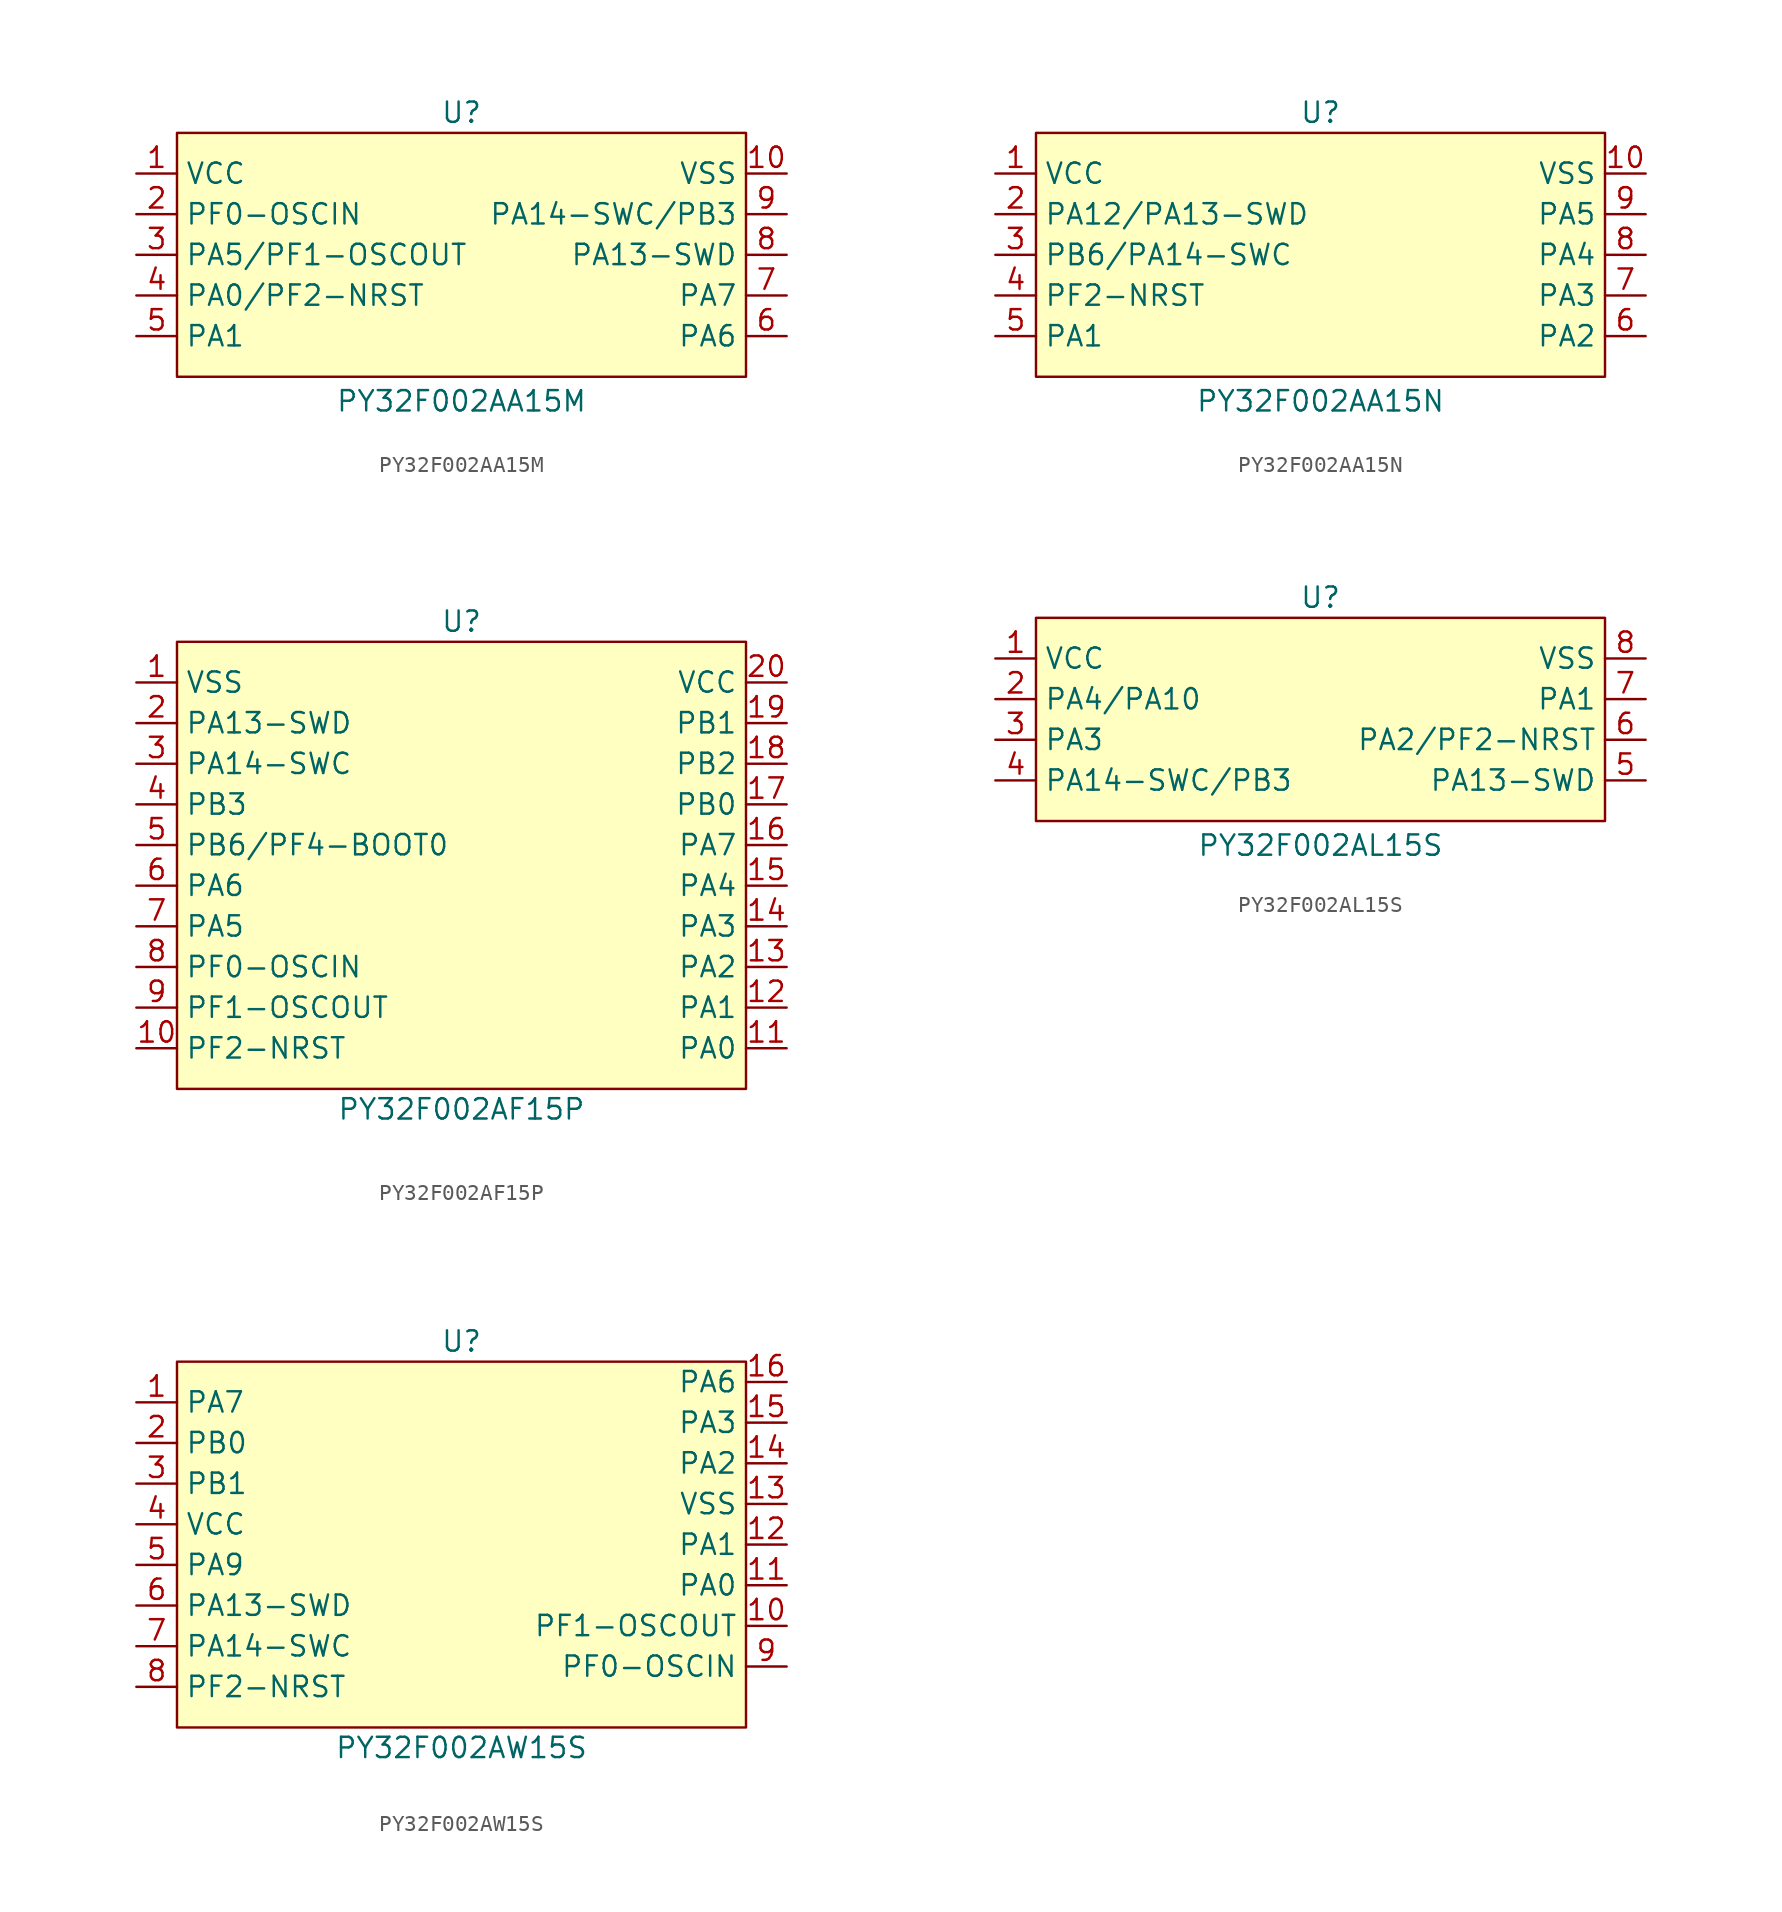
<source format=kicad_sym>
(kicad_symbol_lib
  (version 20241209)
  (generator "kicad_symbol_editor")
  (generator_version "9.0")
  (symbol "PY32F002AA15M"
    (property "Reference" "U"
      (at 0 8.89 0)
      (effects (font (size 1.27 1.27))))
    (property "Value" "PY32F002AA15M"
      (at 0 -9.144 0)
      (effects (font (size 1.27 1.27))))
    (symbol "PY32F002AA15M_0_0"
      (pin bidirectional line (at -20.32 5.08 0) (length 2.54) (name "VCC" (effects (font (size 1.27 1.27)))) (number "1" (effects (font (size 1.27 1.27)))))
      (pin bidirectional line (at -20.32 2.54 0) (length 2.54) (name "PF0-OSCIN" (effects (font (size 1.27 1.27)))) (number "2" (effects (font (size 1.27 1.27)))))
      (pin bidirectional line (at -20.32 0 0) (length 2.54) (name "PA5/PF1-OSCOUT" (effects (font (size 1.27 1.27)))) (number "3" (effects (font (size 1.27 1.27)))))
      (pin bidirectional line (at -20.32 -2.54 0) (length 2.54) (name "PA0/PF2-NRST" (effects (font (size 1.27 1.27)))) (number "4" (effects (font (size 1.27 1.27)))))
      (pin bidirectional line (at -20.32 -5.08 0) (length 2.54) (name "PA1" (effects (font (size 1.27 1.27)))) (number "5" (effects (font (size 1.27 1.27)))))
      (pin bidirectional line (at 20.32 2.54 180) (length 2.54) (name "PA14-SWC/PB3" (effects (font (size 1.27 1.27)))) (number "9" (effects (font (size 1.27 1.27)))))
      (pin bidirectional line (at 20.32 0 180) (length 2.54) (name "PA13-SWD" (effects (font (size 1.27 1.27)))) (number "8" (effects (font (size 1.27 1.27)))))
      (pin bidirectional line (at 20.32 -2.54 180) (length 2.54) (name "PA7" (effects (font (size 1.27 1.27)))) (number "7" (effects (font (size 1.27 1.27)))))
      (pin bidirectional line (at 20.32 -5.08 180) (length 2.54) (name "PA6" (effects (font (size 1.27 1.27)))) (number "6" (effects (font (size 1.27 1.27))))))
    (symbol "PY32F002AA15M_1_0"
      (pin bidirectional line (at 20.32 5.08 180) (length 2.54) (name "VSS" (effects (font (size 1.27 1.27)))) (number "10" (effects (font (size 1.27 1.27))))))
    (symbol "PY32F002AA15M_1_1"
      (rectangle (start -17.78 7.62) (end 17.78 -7.62) (stroke (width 0) (type solid)) (fill (type background)))))
  (symbol "PY32F002AA15N"
    (property "Reference" "U"
      (at 0 8.89 0)
      (effects (font (size 1.27 1.27))))
    (property "Value" "PY32F002AA15N"
      (at 0 -9.144 0)
      (effects (font (size 1.27 1.27))))
    (symbol "PY32F002AA15N_0_0"
      (pin bidirectional line (at -20.32 5.08 0) (length 2.54) (name "VCC" (effects (font (size 1.27 1.27)))) (number "1" (effects (font (size 1.27 1.27)))))
      (pin bidirectional line (at -20.32 2.54 0) (length 2.54) (name "PA12/PA13-SWD" (effects (font (size 1.27 1.27)))) (number "2" (effects (font (size 1.27 1.27)))))
      (pin bidirectional line (at -20.32 0 0) (length 2.54) (name "PB6/PA14-SWC" (effects (font (size 1.27 1.27)))) (number "3" (effects (font (size 1.27 1.27)))))
      (pin bidirectional line (at -20.32 -2.54 0) (length 2.54) (name "PF2-NRST" (effects (font (size 1.27 1.27)))) (number "4" (effects (font (size 1.27 1.27)))))
      (pin bidirectional line (at -20.32 -5.08 0) (length 2.54) (name "PA1" (effects (font (size 1.27 1.27)))) (number "5" (effects (font (size 1.27 1.27)))))
      (pin bidirectional line (at 20.32 5.08 180) (length 2.54) (name "VSS" (effects (font (size 1.27 1.27)))) (number "10" (effects (font (size 1.27 1.27)))))
      (pin bidirectional line (at 20.32 2.54 180) (length 2.54) (name "PA5" (effects (font (size 1.27 1.27)))) (number "9" (effects (font (size 1.27 1.27)))))
      (pin bidirectional line (at 20.32 0 180) (length 2.54) (name "PA4" (effects (font (size 1.27 1.27)))) (number "8" (effects (font (size 1.27 1.27)))))
      (pin bidirectional line (at 20.32 -2.54 180) (length 2.54) (name "PA3" (effects (font (size 1.27 1.27)))) (number "7" (effects (font (size 1.27 1.27)))))
      (pin bidirectional line (at 20.32 -5.08 180) (length 2.54) (name "PA2" (effects (font (size 1.27 1.27)))) (number "6" (effects (font (size 1.27 1.27))))))
    (symbol "PY32F002AA15N_1_1"
      (rectangle (start -17.78 7.62) (end 17.78 -7.62) (stroke (width 0) (type solid)) (fill (type background)))))
  (symbol "PY32F002AF15P"
    (property "Reference" "U"
      (at 0 13.97 0)
      (effects (font (size 1.27 1.27))))
    (property "Value" "PY32F002AF15P"
      (at 0 -16.51 0)
      (effects (font (size 1.27 1.27))))
    (symbol "PY32F002AF15P_0_0"
      (pin bidirectional line (at -20.32 10.16 0) (length 2.54) (name "VSS" (effects (font (size 1.27 1.27)))) (number "1" (effects (font (size 1.27 1.27)))))
      (pin bidirectional line (at -20.32 7.62 0) (length 2.54) (name "PA13-SWD" (effects (font (size 1.27 1.27)))) (number "2" (effects (font (size 1.27 1.27)))))
      (pin bidirectional line (at -20.32 5.08 0) (length 2.54) (name "PA14-SWC" (effects (font (size 1.27 1.27)))) (number "3" (effects (font (size 1.27 1.27)))))
      (pin bidirectional line (at -20.32 2.54 0) (length 2.54) (name "PB3" (effects (font (size 1.27 1.27)))) (number "4" (effects (font (size 1.27 1.27)))))
      (pin bidirectional line (at -20.32 0 0) (length 2.54) (name "PB6/PF4-BOOT0" (effects (font (size 1.27 1.27)))) (number "5" (effects (font (size 1.27 1.27)))))
      (pin bidirectional line (at -20.32 -2.54 0) (length 2.54) (name "PA6" (effects (font (size 1.27 1.27)))) (number "6" (effects (font (size 1.27 1.27)))))
      (pin bidirectional line (at -20.32 -5.08 0) (length 2.54) (name "PA5" (effects (font (size 1.27 1.27)))) (number "7" (effects (font (size 1.27 1.27)))))
      (pin bidirectional line (at -20.32 -7.62 0) (length 2.54) (name "PF0-OSCIN" (effects (font (size 1.27 1.27)))) (number "8" (effects (font (size 1.27 1.27)))))
      (pin bidirectional line (at -20.32 -10.16 0) (length 2.54) (name "PF1-OSCOUT" (effects (font (size 1.27 1.27)))) (number "9" (effects (font (size 1.27 1.27)))))
      (pin bidirectional line (at -20.32 -12.7 0) (length 2.54) (name "PF2-NRST" (effects (font (size 1.27 1.27)))) (number "10" (effects (font (size 1.27 1.27)))))
      (pin bidirectional line (at 20.32 10.16 180) (length 2.54) (name "VCC" (effects (font (size 1.27 1.27)))) (number "20" (effects (font (size 1.27 1.27)))))
      (pin bidirectional line (at 20.32 7.62 180) (length 2.54) (name "PB1" (effects (font (size 1.27 1.27)))) (number "19" (effects (font (size 1.27 1.27)))))
      (pin bidirectional line (at 20.32 5.08 180) (length 2.54) (name "PB2" (effects (font (size 1.27 1.27)))) (number "18" (effects (font (size 1.27 1.27)))))
      (pin bidirectional line (at 20.32 2.54 180) (length 2.54) (name "PB0" (effects (font (size 1.27 1.27)))) (number "17" (effects (font (size 1.27 1.27)))))
      (pin bidirectional line (at 20.32 0 180) (length 2.54) (name "PA7" (effects (font (size 1.27 1.27)))) (number "16" (effects (font (size 1.27 1.27)))))
      (pin bidirectional line (at 20.32 -2.54 180) (length 2.54) (name "PA4" (effects (font (size 1.27 1.27)))) (number "15" (effects (font (size 1.27 1.27)))))
      (pin bidirectional line (at 20.32 -5.08 180) (length 2.54) (name "PA3" (effects (font (size 1.27 1.27)))) (number "14" (effects (font (size 1.27 1.27)))))
      (pin bidirectional line (at 20.32 -7.62 180) (length 2.54) (name "PA2" (effects (font (size 1.27 1.27)))) (number "13" (effects (font (size 1.27 1.27)))))
      (pin bidirectional line (at 20.32 -10.16 180) (length 2.54) (name "PA1" (effects (font (size 1.27 1.27)))) (number "12" (effects (font (size 1.27 1.27)))))
      (pin bidirectional line (at 20.32 -12.7 180) (length 2.54) (name "PA0" (effects (font (size 1.27 1.27)))) (number "11" (effects (font (size 1.27 1.27))))))
    (symbol "PY32F002AF15P_1_1"
      (rectangle (start -17.78 12.7) (end 17.78 -15.24) (stroke (width 0) (type solid)) (fill (type background)))))
  (symbol "PY32F002AL15S"
    (property "Reference" "U"
      (at 0 6.35 0)
      (effects (font (size 1.27 1.27))))
    (property "Value" "PY32F002AL15S"
      (at 0 -9.144 0)
      (effects (font (size 1.27 1.27))))
    (symbol "PY32F002AL15S_0_0"
      (pin bidirectional line (at -20.32 -2.54 0) (length 2.54) (name "PA3" (effects (font (size 1.27 1.27)))) (number "3" (effects (font (size 1.27 1.27)))))
      (pin bidirectional line (at -20.32 -5.08 0) (length 2.54) (name "PA14-SWC/PB3" (effects (font (size 1.27 1.27)))) (number "4" (effects (font (size 1.27 1.27)))))
      (pin bidirectional line (at 20.32 2.54 180) (length 2.54) (name "VSS" (effects (font (size 1.27 1.27)))) (number "8" (effects (font (size 1.27 1.27)))))
      (pin bidirectional line (at 20.32 0 180) (length 2.54) (name "PA1" (effects (font (size 1.27 1.27)))) (number "7" (effects (font (size 1.27 1.27)))))
      (pin bidirectional line (at 20.32 -2.54 180) (length 2.54) (name "PA2/PF2-NRST" (effects (font (size 1.27 1.27)))) (number "6" (effects (font (size 1.27 1.27)))))
      (pin bidirectional line (at 20.32 -5.08 180) (length 2.54) (name "PA13-SWD" (effects (font (size 1.27 1.27)))) (number "5" (effects (font (size 1.27 1.27))))))
    (symbol "PY32F002AL15S_1_0"
      (pin bidirectional line (at -20.32 2.54 0) (length 2.54) (name "VCC" (effects (font (size 1.27 1.27)))) (number "1" (effects (font (size 1.27 1.27)))))
      (pin bidirectional line (at -20.32 0 0) (length 2.54) (name "PA4/PA10" (effects (font (size 1.27 1.27)))) (number "2" (effects (font (size 1.27 1.27))))))
    (symbol "PY32F002AL15S_1_1"
      (rectangle (start -17.78 5.08) (end 17.78 -7.62) (stroke (width 0) (type solid)) (fill (type background)))))
  (symbol "PY32F002AW15S"
    (property "Reference" "U"
      (at 0 11.43 0)
      (effects (font (size 1.27 1.27))))
    (property "Value" "PY32F002AW15S"
      (at 0 -13.97 0)
      (effects (font (size 1.27 1.27))))
    (symbol "PY32F002AW15S_0_0"
      (pin bidirectional line (at -20.32 7.62 0) (length 2.54) (name "PA7" (effects (font (size 1.27 1.27)))) (number "1" (effects (font (size 1.27 1.27)))))
      (pin bidirectional line (at -20.32 5.08 0) (length 2.54) (name "PB0" (effects (font (size 1.27 1.27)))) (number "2" (effects (font (size 1.27 1.27)))))
      (pin bidirectional line (at -20.32 2.54 0) (length 2.54) (name "PB1" (effects (font (size 1.27 1.27)))) (number "3" (effects (font (size 1.27 1.27)))))
      (pin bidirectional line (at -20.32 0 0) (length 2.54) (name "VCC" (effects (font (size 1.27 1.27)))) (number "4" (effects (font (size 1.27 1.27)))))
      (pin bidirectional line (at -20.32 -2.54 0) (length 2.54) (name "PA9" (effects (font (size 1.27 1.27)))) (number "5" (effects (font (size 1.27 1.27)))))
      (pin bidirectional line (at -20.32 -5.08 0) (length 2.54) (name "PA13-SWD" (effects (font (size 1.27 1.27)))) (number "6" (effects (font (size 1.27 1.27)))))
      (pin bidirectional line (at -20.32 -7.62 0) (length 2.54) (name "PA14-SWC" (effects (font (size 1.27 1.27)))) (number "7" (effects (font (size 1.27 1.27)))))
      (pin bidirectional line (at -20.32 -10.16 0) (length 2.54) (name "PF2-NRST" (effects (font (size 1.27 1.27)))) (number "8" (effects (font (size 1.27 1.27)))))
      (pin bidirectional line (at 20.32 8.89 180) (length 2.54) (name "PA6" (effects (font (size 1.27 1.27)))) (number "16" (effects (font (size 1.27 1.27)))))
      (pin bidirectional line (at 20.32 6.35 180) (length 2.54) (name "PA3" (effects (font (size 1.27 1.27)))) (number "15" (effects (font (size 1.27 1.27)))))
      (pin bidirectional line (at 20.32 3.81 180) (length 2.54) (name "PA2" (effects (font (size 1.27 1.27)))) (number "14" (effects (font (size 1.27 1.27)))))
      (pin bidirectional line (at 20.32 1.27 180) (length 2.54) (name "VSS" (effects (font (size 1.27 1.27)))) (number "13" (effects (font (size 1.27 1.27)))))
      (pin bidirectional line (at 20.32 -1.27 180) (length 2.54) (name "PA1" (effects (font (size 1.27 1.27)))) (number "12" (effects (font (size 1.27 1.27)))))
      (pin bidirectional line (at 20.32 -3.81 180) (length 2.54) (name "PA0" (effects (font (size 1.27 1.27)))) (number "11" (effects (font (size 1.27 1.27)))))
      (pin bidirectional line (at 20.32 -6.35 180) (length 2.54) (name "PF1-OSCOUT" (effects (font (size 1.27 1.27)))) (number "10" (effects (font (size 1.27 1.27)))))
      (pin bidirectional line (at 20.32 -8.89 180) (length 2.54) (name "PF0-OSCIN" (effects (font (size 1.27 1.27)))) (number "9" (effects (font (size 1.27 1.27))))))
    (symbol "PY32F002AW15S_1_1"
      (rectangle (start -17.78 10.16) (end 17.78 -12.7) (stroke (width 0) (type solid)) (fill (type background))))))
</source>
